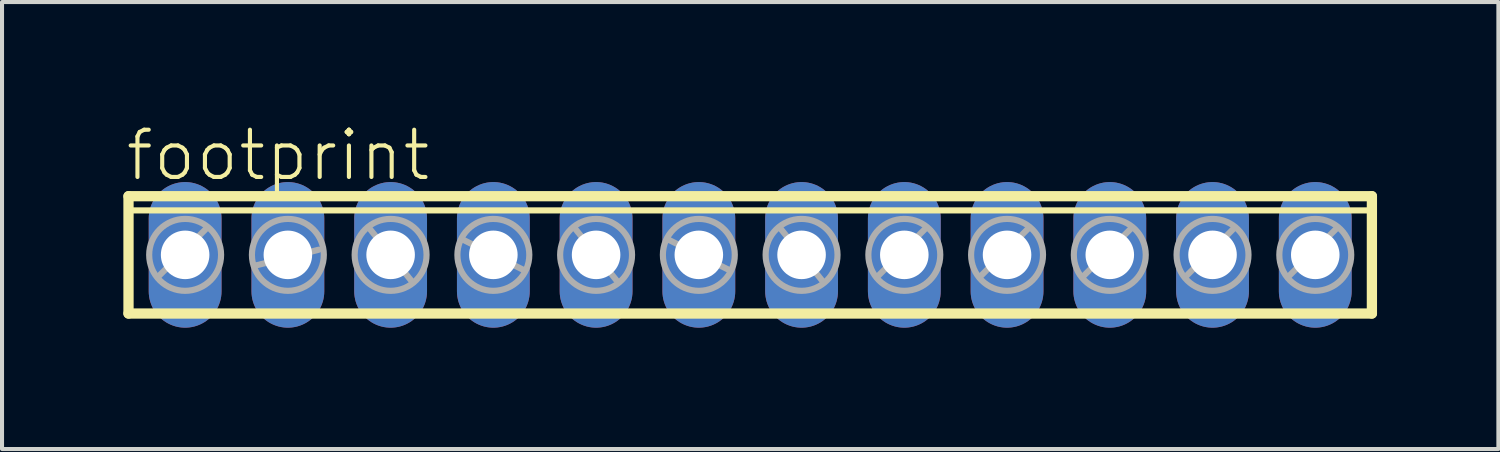
<source format=kicad_pcb>
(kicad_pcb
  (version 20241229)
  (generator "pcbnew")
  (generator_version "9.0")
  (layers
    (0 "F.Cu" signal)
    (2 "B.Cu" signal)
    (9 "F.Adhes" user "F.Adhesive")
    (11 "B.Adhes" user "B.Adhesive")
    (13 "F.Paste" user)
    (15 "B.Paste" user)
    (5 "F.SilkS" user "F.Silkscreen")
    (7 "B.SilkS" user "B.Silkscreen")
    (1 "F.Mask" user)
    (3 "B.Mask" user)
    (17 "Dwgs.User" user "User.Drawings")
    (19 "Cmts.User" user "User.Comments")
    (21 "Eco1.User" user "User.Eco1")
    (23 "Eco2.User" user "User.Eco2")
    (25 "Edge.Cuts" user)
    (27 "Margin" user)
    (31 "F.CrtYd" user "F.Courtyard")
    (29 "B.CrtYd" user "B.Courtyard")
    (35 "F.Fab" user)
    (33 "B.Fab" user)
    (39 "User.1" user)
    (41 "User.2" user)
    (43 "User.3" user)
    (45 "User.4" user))
  (footprint "footprint"
    (layer "F.Cu")
    (at 15.497 3.251)
    (property "Reference" "footprint" (at -15.494 -1.778 0) (layer "F.SilkS") (effects (font (size 1.168 1.168) (thickness 0.102)) (justify left bottom)))
    (fp_line (start -15.37 -1.45) (end -15.37 1.45) (stroke (width 0.254) (type solid)) (layer "F.SilkS"))
    (fp_line (start -15.37 1.45) (end 15.37 1.45) (stroke (width 0.254) (type solid)) (layer "F.SilkS"))
    (fp_line (start -15.26 -1.1) (end 15.26 -1.1) (stroke (width 0.152) (type solid)) (layer "F.SilkS"))
    (fp_line (start 15.37 -1.45) (end -15.37 -1.45) (stroke (width 0.254) (type solid)) (layer "F.SilkS"))
    (fp_line (start 15.37 1.45) (end 15.37 -1.45) (stroke (width 0.254) (type solid)) (layer "F.SilkS"))
    (fp_line (start -14.605 0.508) (end -13.462 -0.635) (stroke (width 0.152) (type solid)) (layer "F.Fab"))
    (fp_line (start -12.192 0.254) (end -10.668 -0.127) (stroke (width 0.152) (type solid)) (layer "F.Fab"))
    (fp_line (start -9.398 -0.635) (end -8.382 0.635) (stroke (width 0.152) (type solid)) (layer "F.Fab"))
    (fp_line (start -7.112 -0.381) (end -5.588 0.381) (stroke (width 0.152) (type solid)) (layer "F.Fab"))
    (fp_line (start -4.318 -0.635) (end -3.302 0.635) (stroke (width 0.152) (type solid)) (layer "F.Fab"))
    (fp_line (start -2.032 -0.381) (end -0.508 0.381) (stroke (width 0.152) (type solid)) (layer "F.Fab"))
    (fp_line (start 0.762 -0.635) (end 1.778 0.635) (stroke (width 0.152) (type solid)) (layer "F.Fab"))
    (fp_line (start 3.175 0.508) (end 4.318 -0.635) (stroke (width 0.152) (type solid)) (layer "F.Fab"))
    (fp_line (start 5.715 0.508) (end 6.858 -0.635) (stroke (width 0.152) (type solid)) (layer "F.Fab"))
    (fp_line (start 8.255 0.508) (end 9.398 -0.635) (stroke (width 0.152) (type solid)) (layer "F.Fab"))
    (fp_line (start 10.795 0.508) (end 11.938 -0.635) (stroke (width 0.152) (type solid)) (layer "F.Fab"))
    (fp_line (start 13.335 0.508) (end 14.478 -0.635) (stroke (width 0.152) (type solid)) (layer "F.Fab"))
    (fp_circle (center -13.97 0) (end -13.081 0) (stroke (width 0.152) (type solid)) (fill no) (layer "F.Fab"))
    (fp_circle (center -11.43 0) (end -10.541 0) (stroke (width 0.152) (type solid)) (fill no) (layer "F.Fab"))
    (fp_circle (center -8.89 0) (end -8.001 0) (stroke (width 0.152) (type solid)) (fill no) (layer "F.Fab"))
    (fp_circle (center -6.35 0) (end -5.461 0) (stroke (width 0.152) (type solid)) (fill no) (layer "F.Fab"))
    (fp_circle (center -3.81 0) (end -2.921 0) (stroke (width 0.152) (type solid)) (fill no) (layer "F.Fab"))
    (fp_circle (center -1.27 0) (end -0.381 0) (stroke (width 0.152) (type solid)) (fill no) (layer "F.Fab"))
    (fp_circle (center 1.27 0) (end 2.159 0) (stroke (width 0.152) (type solid)) (fill no) (layer "F.Fab"))
    (fp_circle (center 3.81 0) (end 4.699 0) (stroke (width 0.152) (type solid)) (fill no) (layer "F.Fab"))
    (fp_circle (center 6.35 0) (end 7.239 0) (stroke (width 0.152) (type solid)) (fill no) (layer "F.Fab"))
    (fp_circle (center 8.89 0) (end 9.779 0) (stroke (width 0.152) (type solid)) (fill no) (layer "F.Fab"))
    (fp_circle (center 11.43 0) (end 12.319 0) (stroke (width 0.152) (type solid)) (fill no) (layer "F.Fab"))
    (fp_circle (center 13.97 0) (end 14.859 0) (stroke (width 0.152) (type solid)) (fill no) (layer "F.Fab"))
    (pad "1" thru_hole oval (at -13.97 0 90) (size 3.6 1.8) (drill 1.2) (layers "*.Cu" "*.Mask"))
    (pad "2" thru_hole oval (at -11.43 0 90) (size 3.6 1.8) (drill 1.2) (layers "*.Cu" "*.Mask"))
    (pad "3" thru_hole oval (at -8.89 0 90) (size 3.6 1.8) (drill 1.2) (layers "*.Cu" "*.Mask"))
    (pad "4" thru_hole oval (at -6.35 0 90) (size 3.6 1.8) (drill 1.2) (layers "*.Cu" "*.Mask"))
    (pad "5" thru_hole oval (at -3.81 0 90) (size 3.6 1.8) (drill 1.2) (layers "*.Cu" "*.Mask"))
    (pad "6" thru_hole oval (at -1.27 0 90) (size 3.6 1.8) (drill 1.2) (layers "*.Cu" "*.Mask"))
    (pad "7" thru_hole oval (at 1.27 0 90) (size 3.6 1.8) (drill 1.2) (layers "*.Cu" "*.Mask"))
    (pad "8" thru_hole oval (at 3.81 0 90) (size 3.6 1.8) (drill 1.2) (layers "*.Cu" "*.Mask"))
    (pad "9" thru_hole oval (at 6.35 0 90) (size 3.6 1.8) (drill 1.2) (layers "*.Cu" "*.Mask"))
    (pad "10" thru_hole oval (at 8.89 0 90) (size 3.6 1.8) (drill 1.2) (layers "*.Cu" "*.Mask"))
    (pad "11" thru_hole oval (at 11.43 0 90) (size 3.6 1.8) (drill 1.2) (layers "*.Cu" "*.Mask"))
    (pad "12" thru_hole oval (at 13.97 0 90) (size 3.6 1.8) (drill 1.2) (layers "*.Cu" "*.Mask")))
  (gr_rect
    (start -3 -3)
    (end 33.994 8.051)
    (stroke (width 0.1) (type default))
    (fill no)
    (layer "Edge.Cuts")))
</source>
